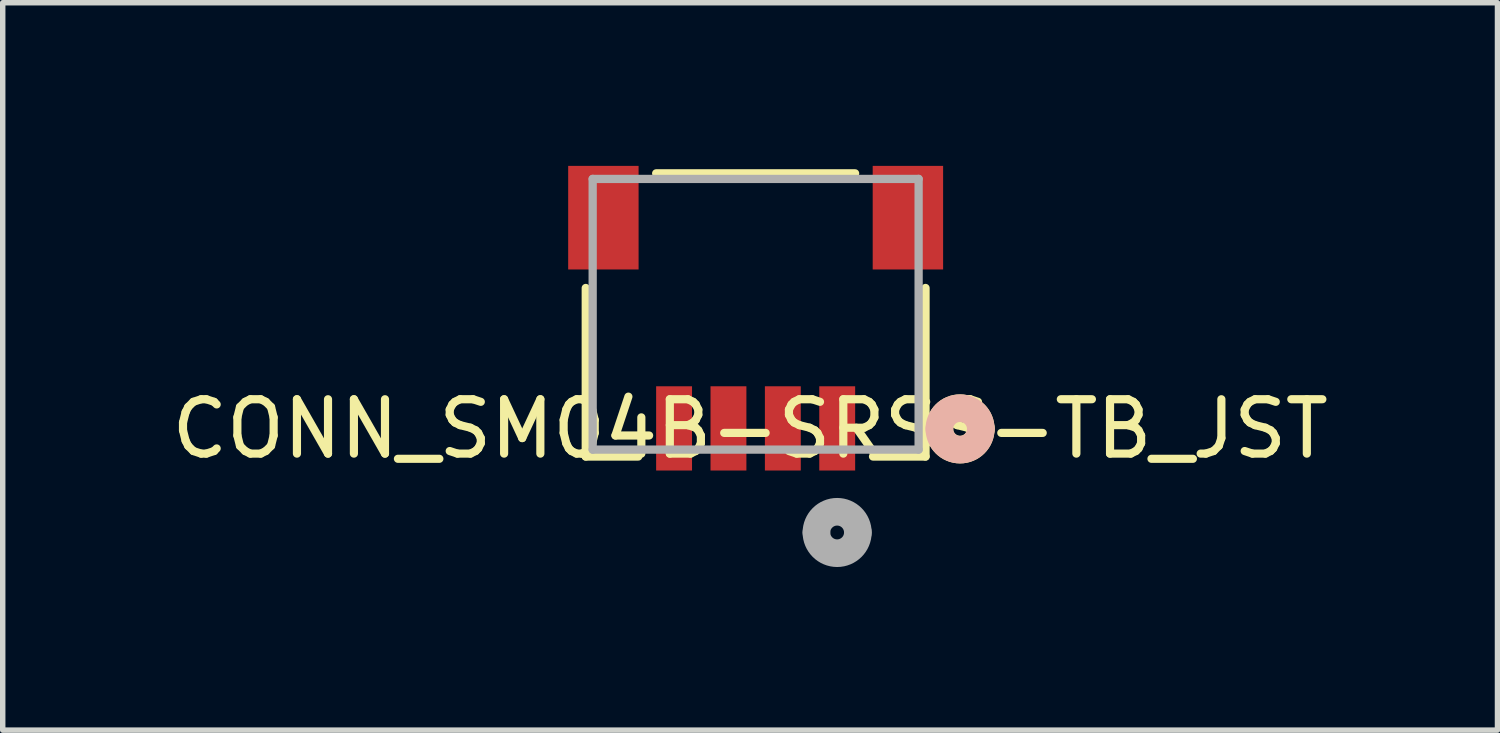
<source format=kicad_pcb>
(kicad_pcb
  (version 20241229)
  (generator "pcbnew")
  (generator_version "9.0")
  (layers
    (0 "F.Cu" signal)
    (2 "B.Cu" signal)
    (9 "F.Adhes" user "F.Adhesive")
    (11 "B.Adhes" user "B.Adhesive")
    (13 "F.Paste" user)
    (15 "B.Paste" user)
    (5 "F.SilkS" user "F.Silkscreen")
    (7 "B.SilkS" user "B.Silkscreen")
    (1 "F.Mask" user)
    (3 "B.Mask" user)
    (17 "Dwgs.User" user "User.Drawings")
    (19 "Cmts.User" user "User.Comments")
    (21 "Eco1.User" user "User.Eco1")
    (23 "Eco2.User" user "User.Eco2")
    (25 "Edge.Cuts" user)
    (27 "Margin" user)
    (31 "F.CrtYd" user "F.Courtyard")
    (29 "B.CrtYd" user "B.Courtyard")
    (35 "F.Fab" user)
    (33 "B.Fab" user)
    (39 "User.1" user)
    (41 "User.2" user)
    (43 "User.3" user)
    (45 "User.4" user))
  (footprint "CONN_SM04B-SRSS-TB_JST"
    (layer "F.Cu")
    (at 10.846 2.729)
    (property "Reference" "CONN_SM04B-SRSS-TB_JST" (at -0.102 2.108 0) (layer "F.SilkS") (effects (font (size 1 1) (thickness 0.15))))
    (attr smd)
    (fp_line (start -3.124 -0.483) (end -3.124 2.616) (stroke (width 0.152) (type solid)) (layer "F.SilkS"))
    (fp_line (start -3.124 2.616) (end -2.159 2.616) (stroke (width 0.152) (type solid)) (layer "F.SilkS"))
    (fp_line (start 1.829 -2.591) (end -1.829 -2.591) (stroke (width 0.152) (type solid)) (layer "F.SilkS"))
    (fp_line (start 2.159 2.616) (end 3.124 2.616) (stroke (width 0.152) (type solid)) (layer "F.SilkS"))
    (fp_line (start 3.124 2.616) (end 3.124 -0.483) (stroke (width 0.152) (type solid)) (layer "F.SilkS"))
    (fp_arc (start 3.3782 2.1082) (mid 3.7592 1.7272) (end 4.1402 2.1082) (stroke (width 0.508) (type solid)) (layer "F.SilkS"))
    (fp_arc (start 4.1402 2.1082) (mid 3.7592 2.4892) (end 3.3782 2.1082) (stroke (width 0.508) (type solid)) (layer "F.SilkS"))
    (fp_arc (start 3.3782 2.1082) (mid 3.7592 1.7272) (end 4.1402 2.1082) (stroke (width 0.508) (type solid)) (layer "B.SilkS"))
    (fp_arc (start 4.1402 2.1082) (mid 3.7592 2.4892) (end 3.3782 2.1082) (stroke (width 0.508) (type solid)) (layer "B.SilkS"))
    (fp_line (start -2.997 -2.489) (end -2.997 2.489) (stroke (width 0.152) (type solid)) (layer "F.Fab"))
    (fp_line (start -2.997 2.489) (end 2.997 2.489) (stroke (width 0.152) (type solid)) (layer "F.Fab"))
    (fp_line (start 2.997 -2.489) (end -2.997 -2.489) (stroke (width 0.152) (type solid)) (layer "F.Fab"))
    (fp_line (start 2.997 2.489) (end 2.997 -2.489) (stroke (width 0.152) (type solid)) (layer "F.Fab"))
    (fp_arc (start 1.1176 4.0132) (mid 1.4986 3.6322) (end 1.8796 4.0132) (stroke (width 0.508) (type solid)) (layer "F.Fab"))
    (fp_arc (start 1.8796 4.0132) (mid 1.4986 4.3942) (end 1.1176 4.0132) (stroke (width 0.508) (type solid)) (layer "F.Fab"))
    (pad "1" smd rect (at 1.5 2.099) (size 0.66 1.549) (layers "F.Cu" "F.Mask" "F.Paste"))
    (pad "2" smd rect (at 0.5 2.099) (size 0.66 1.549) (layers "F.Cu" "F.Mask" "F.Paste"))
    (pad "3" smd rect (at -0.5 2.099) (size 0.66 1.549) (layers "F.Cu" "F.Mask" "F.Paste"))
    (pad "4" smd rect (at -1.5 2.099) (size 0.66 1.549) (layers "F.Cu" "F.Mask" "F.Paste"))
    (pad "5" smd rect (at -2.8 -1.776) (size 1.295 1.905) (layers "F.Cu" "F.Mask" "F.Paste"))
    (pad "6" smd rect (at 2.8 -1.776) (size 1.295 1.905) (layers "F.Cu" "F.Mask" "F.Paste")))
  (gr_rect
    (start -3 -3)
    (end 24.488 10.377)
    (stroke (width 0.1) (type default))
    (fill no)
    (layer "Edge.Cuts")))
</source>
